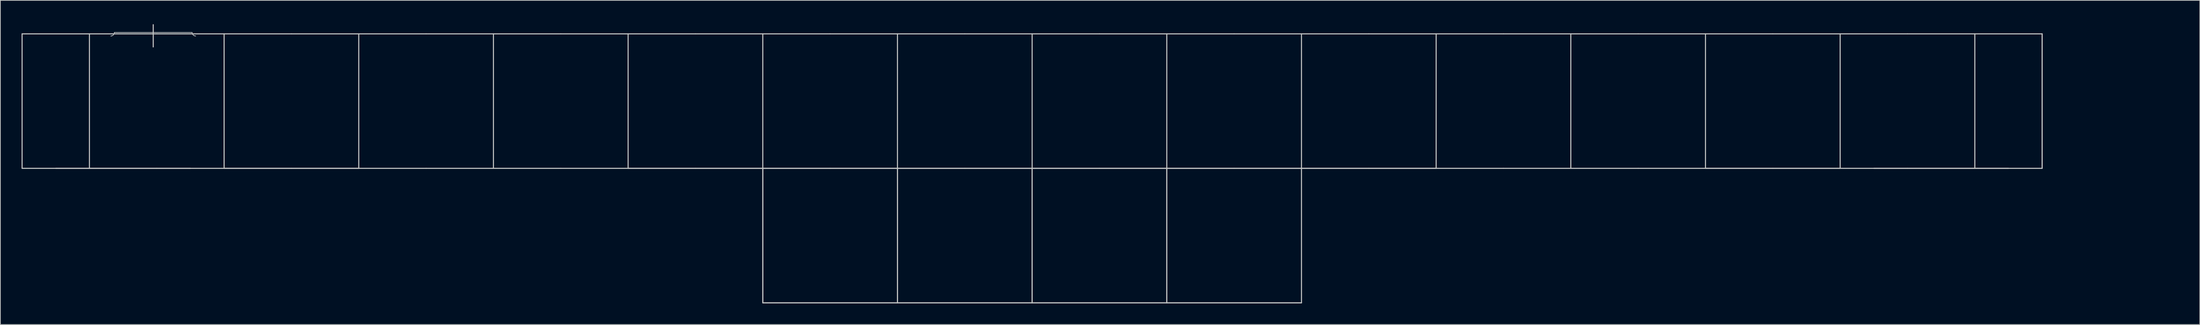
<source format=kicad_pcb>
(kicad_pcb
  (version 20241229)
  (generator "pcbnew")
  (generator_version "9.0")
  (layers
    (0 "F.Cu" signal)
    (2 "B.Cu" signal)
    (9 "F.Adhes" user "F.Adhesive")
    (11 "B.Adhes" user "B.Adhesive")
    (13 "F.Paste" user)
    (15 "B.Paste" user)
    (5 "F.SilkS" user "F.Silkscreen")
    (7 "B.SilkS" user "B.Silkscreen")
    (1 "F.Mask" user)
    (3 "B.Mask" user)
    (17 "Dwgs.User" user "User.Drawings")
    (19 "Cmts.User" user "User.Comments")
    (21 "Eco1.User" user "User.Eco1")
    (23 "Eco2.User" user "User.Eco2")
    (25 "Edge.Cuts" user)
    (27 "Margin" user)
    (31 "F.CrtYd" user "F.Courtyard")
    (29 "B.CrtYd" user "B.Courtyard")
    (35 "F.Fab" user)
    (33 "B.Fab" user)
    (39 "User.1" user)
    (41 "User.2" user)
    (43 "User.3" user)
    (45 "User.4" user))
  (footprint "60_Outline-Sandy-DN0040-Top-NoSwImage-WithHole2-ECO1"
    (layer "F.Cu")
    (at 142.95 20.798)
    (property "Reference" "60_Outline-Sandy-DN0040-Top-NoSwImage-WithHole2-ECO1" (at 138.075 -19.95 0) (layer "Eco1.User") (effects (font (size 1 1) (thickness 0.15))))
    (attr through_hole)
    (fp_line (start -142.875 -19.05) (end -123.825 -19.05) (stroke (width 0.15) (type solid)) (layer "Dwgs.User"))
    (fp_line (start -142.875 0) (end -142.875 -19.05) (stroke (width 0.15) (type solid)) (layer "Dwgs.User"))
    (fp_line (start -138.113 0) (end -119.062 0) (stroke (width 0.15) (type solid)) (layer "Dwgs.User"))
    (fp_line (start -133.35 0) (end -133.35 -19.05) (stroke (width 0.15) (type solid)) (layer "Dwgs.User"))
    (fp_line (start -129.825 -19.25) (end -118.825 -19.25) (stroke (width 0.1) (type solid)) (layer "Dwgs.User"))
    (fp_line (start -124.325 -20.35) (end -124.325 -17.2) (stroke (width 0.15) (type solid)) (layer "Dwgs.User"))
    (fp_line (start -123.825 -19.05) (end -104.775 -19.05) (stroke (width 0.15) (type solid)) (layer "Dwgs.User"))
    (fp_line (start -123.825 0) (end -142.875 0) (stroke (width 0.15) (type solid)) (layer "Dwgs.User"))
    (fp_line (start -114.3 -19.05) (end -114.3 0) (stroke (width 0.15) (type solid)) (layer "Dwgs.User"))
    (fp_line (start -114.3 0) (end -95.25 0) (stroke (width 0.15) (type solid)) (layer "Dwgs.User"))
    (fp_line (start -104.775 -19.05) (end -85.725 -19.05) (stroke (width 0.15) (type solid)) (layer "Dwgs.User"))
    (fp_line (start -104.775 0) (end -123.825 0) (stroke (width 0.15) (type solid)) (layer "Dwgs.User"))
    (fp_line (start -95.25 -19.05) (end -95.25 0) (stroke (width 0.15) (type solid)) (layer "Dwgs.User"))
    (fp_line (start -85.725 -19.05) (end -66.675 -19.05) (stroke (width 0.15) (type solid)) (layer "Dwgs.User"))
    (fp_line (start -85.725 0) (end -104.775 0) (stroke (width 0.15) (type solid)) (layer "Dwgs.User"))
    (fp_line (start -76.2 0) (end -76.2 -19.05) (stroke (width 0.15) (type solid)) (layer "Dwgs.User"))
    (fp_line (start -66.675 -19.05) (end -47.625 -19.05) (stroke (width 0.15) (type solid)) (layer "Dwgs.User"))
    (fp_line (start -66.675 0) (end -85.725 0) (stroke (width 0.15) (type solid)) (layer "Dwgs.User"))
    (fp_line (start -57.15 0) (end -57.15 -19.05) (stroke (width 0.15) (type solid)) (layer "Dwgs.User"))
    (fp_line (start -57.15 0) (end -38.1 0) (stroke (width 0.15) (type solid)) (layer "Dwgs.User"))
    (fp_line (start -47.625 -19.05) (end -28.575 -19.05) (stroke (width 0.15) (type solid)) (layer "Dwgs.User"))
    (fp_line (start -47.625 0) (end -66.675 0) (stroke (width 0.15) (type solid)) (layer "Dwgs.User"))
    (fp_line (start -38.1 0) (end -38.1 -19.05) (stroke (width 0.15) (type solid)) (layer "Dwgs.User"))
    (fp_line (start -38.1 0) (end -38.1 19.05) (stroke (width 0.15) (type solid)) (layer "Dwgs.User"))
    (fp_line (start -38.1 0) (end -19.05 0) (stroke (width 0.15) (type solid)) (layer "Dwgs.User"))
    (fp_line (start -38.1 19.05) (end -38.1 0) (stroke (width 0.15) (type solid)) (layer "Dwgs.User"))
    (fp_line (start -38.1 19.05) (end -19.05 19.05) (stroke (width 0.15) (type solid)) (layer "Dwgs.User"))
    (fp_line (start -28.575 -19.05) (end -9.525 -19.05) (stroke (width 0.15) (type solid)) (layer "Dwgs.User"))
    (fp_line (start -28.575 0) (end -47.625 0) (stroke (width 0.15) (type solid)) (layer "Dwgs.User"))
    (fp_line (start -19.05 0) (end -19.05 -19.05) (stroke (width 0.15) (type solid)) (layer "Dwgs.User"))
    (fp_line (start -19.05 0) (end -19.05 19.05) (stroke (width 0.15) (type solid)) (layer "Dwgs.User"))
    (fp_line (start -19.05 0) (end 0 0) (stroke (width 0.15) (type solid)) (layer "Dwgs.User"))
    (fp_line (start -19.05 19.05) (end -38.1 19.05) (stroke (width 0.15) (type solid)) (layer "Dwgs.User"))
    (fp_line (start -19.05 19.05) (end -19.05 0) (stroke (width 0.15) (type solid)) (layer "Dwgs.User"))
    (fp_line (start -19.05 19.05) (end 0 19.05) (stroke (width 0.15) (type solid)) (layer "Dwgs.User"))
    (fp_line (start -9.525 -19.05) (end 9.525 -19.05) (stroke (width 0.15) (type solid)) (layer "Dwgs.User"))
    (fp_line (start -9.525 0) (end -28.575 0) (stroke (width 0.15) (type solid)) (layer "Dwgs.User"))
    (fp_line (start 0 -19.05) (end 0 0) (stroke (width 0.15) (type solid)) (layer "Dwgs.User"))
    (fp_line (start 0 0) (end 0 19.05) (stroke (width 0.15) (type solid)) (layer "Dwgs.User"))
    (fp_line (start 0 0) (end 19.05 0) (stroke (width 0.15) (type solid)) (layer "Dwgs.User"))
    (fp_line (start 0 19.05) (end -19.05 19.05) (stroke (width 0.15) (type solid)) (layer "Dwgs.User"))
    (fp_line (start 0 19.05) (end 0 0) (stroke (width 0.15) (type solid)) (layer "Dwgs.User"))
    (fp_line (start 0 19.05) (end 19.05 19.05) (stroke (width 0.15) (type solid)) (layer "Dwgs.User"))
    (fp_line (start 9.525 -19.05) (end 28.575 -19.05) (stroke (width 0.15) (type solid)) (layer "Dwgs.User"))
    (fp_line (start 9.525 0) (end -9.525 0) (stroke (width 0.15) (type solid)) (layer "Dwgs.User"))
    (fp_line (start 19.05 0) (end 19.05 -19.05) (stroke (width 0.15) (type solid)) (layer "Dwgs.User"))
    (fp_line (start 19.05 0) (end 19.05 19.05) (stroke (width 0.15) (type solid)) (layer "Dwgs.User"))
    (fp_line (start 19.05 0) (end 38.1 0) (stroke (width 0.15) (type solid)) (layer "Dwgs.User"))
    (fp_line (start 19.05 19.05) (end 0 19.05) (stroke (width 0.15) (type solid)) (layer "Dwgs.User"))
    (fp_line (start 19.05 19.05) (end 19.05 0) (stroke (width 0.15) (type solid)) (layer "Dwgs.User"))
    (fp_line (start 19.05 19.05) (end 38.1 19.05) (stroke (width 0.15) (type solid)) (layer "Dwgs.User"))
    (fp_line (start 28.575 -19.05) (end 47.625 -19.05) (stroke (width 0.15) (type solid)) (layer "Dwgs.User"))
    (fp_line (start 28.575 0) (end 9.525 0) (stroke (width 0.15) (type solid)) (layer "Dwgs.User"))
    (fp_line (start 38.1 0) (end 38.1 -19.05) (stroke (width 0.15) (type solid)) (layer "Dwgs.User"))
    (fp_line (start 38.1 0) (end 38.1 19.05) (stroke (width 0.15) (type solid)) (layer "Dwgs.User"))
    (fp_line (start 38.1 0) (end 57.15 0) (stroke (width 0.15) (type solid)) (layer "Dwgs.User"))
    (fp_line (start 38.1 19.05) (end 19.05 19.05) (stroke (width 0.15) (type solid)) (layer "Dwgs.User"))
    (fp_line (start 47.625 -19.05) (end 66.675 -19.05) (stroke (width 0.15) (type solid)) (layer "Dwgs.User"))
    (fp_line (start 47.625 0) (end 28.575 0) (stroke (width 0.15) (type solid)) (layer "Dwgs.User"))
    (fp_line (start 57.15 0) (end 57.15 -19.05) (stroke (width 0.15) (type solid)) (layer "Dwgs.User"))
    (fp_line (start 66.675 -19.05) (end 85.725 -19.05) (stroke (width 0.15) (type solid)) (layer "Dwgs.User"))
    (fp_line (start 66.675 0) (end 47.625 0) (stroke (width 0.15) (type solid)) (layer "Dwgs.User"))
    (fp_line (start 76.2 -19.05) (end 76.2 0) (stroke (width 0.15) (type solid)) (layer "Dwgs.User"))
    (fp_line (start 85.725 -19.05) (end 104.775 -19.05) (stroke (width 0.15) (type solid)) (layer "Dwgs.User"))
    (fp_line (start 85.725 0) (end 66.675 0) (stroke (width 0.15) (type solid)) (layer "Dwgs.User"))
    (fp_line (start 95.25 0) (end 95.25 -19.05) (stroke (width 0.15) (type solid)) (layer "Dwgs.User"))
    (fp_line (start 95.25 0) (end 114.3 0) (stroke (width 0.15) (type solid)) (layer "Dwgs.User"))
    (fp_line (start 104.775 -19.05) (end 123.825 -19.05) (stroke (width 0.15) (type solid)) (layer "Dwgs.User"))
    (fp_line (start 104.775 0) (end 85.725 0) (stroke (width 0.15) (type solid)) (layer "Dwgs.User"))
    (fp_line (start 114.3 -19.05) (end 114.3 0) (stroke (width 0.15) (type solid)) (layer "Dwgs.User"))
    (fp_line (start 119.062 0) (end 138.113 0) (stroke (width 0.15) (type solid)) (layer "Dwgs.User"))
    (fp_line (start 123.825 -19.05) (end 142.875 -19.05) (stroke (width 0.15) (type solid)) (layer "Dwgs.User"))
    (fp_line (start 123.825 0) (end 104.775 0) (stroke (width 0.15) (type solid)) (layer "Dwgs.User"))
    (fp_line (start 133.35 -19.05) (end 133.35 0) (stroke (width 0.15) (type solid)) (layer "Dwgs.User"))
    (fp_line (start 142.875 -19.05) (end 142.875 0) (stroke (width 0.15) (type solid)) (layer "Dwgs.User"))
    (fp_line (start 142.875 -19.05) (end 142.875 0) (stroke (width 0.15) (type solid)) (layer "Dwgs.User"))
    (fp_line (start 142.875 0) (end 123.825 0) (stroke (width 0.15) (type solid)) (layer "Dwgs.User"))
    (fp_arc (start -129.825 -19.25004) (mid -129.971447 -18.896487) (end -130.325 -18.75004) (stroke (width 0.1) (type solid)) (layer "Dwgs.User"))
    (fp_arc (start -118.325 -18.75004) (mid -118.678553 -18.896487) (end -118.825 -19.25004) (stroke (width 0.1) (type solid)) (layer "Dwgs.User"))
    (fp_line (start -142.511 -2.814) (end -142.525 -16.75) (stroke (width 0.3) (type solid)) (layer "Eco1.User"))
    (fp_line (start -140.511 -0.814) (end -39.475 -0.825) (stroke (width 0.3) (type solid)) (layer "Eco1.User"))
    (fp_line (start -51.925 -18.75) (end -140.525 -18.75) (stroke (width 0.3) (type solid)) (layer "Eco1.User"))
    (fp_line (start -49.925 -14.05) (end -49.925 -16.75) (stroke (width 0.12) (type solid)) (layer "Eco1.User"))
    (fp_line (start -47.925 -12.05) (end -46.925 -12.05) (stroke (width 0.12) (type solid)) (layer "Eco1.User"))
    (fp_line (start -44.925 -16.75) (end -44.925 -14.05) (stroke (width 0.12) (type solid)) (layer "Eco1.User"))
    (fp_line (start -37.471 16.25) (end -37.471 1.175) (stroke (width 0.3) (type solid)) (layer "Eco1.User"))
    (fp_line (start -35.471 18.25) (end 35.375 18.25) (stroke (width 0.3) (type solid)) (layer "Eco1.User"))
    (fp_line (start 37.375 16.25) (end 37.375 1.175) (stroke (width 0.3) (type solid)) (layer "Eco1.User"))
    (fp_line (start 39.375 -0.825) (end 140.475 -0.814) (stroke (width 0.3) (type solid)) (layer "Eco1.User"))
    (fp_line (start 43.375 -18.75) (end -42.925 -18.75) (stroke (width 0.3) (type solid)) (layer "Eco1.User"))
    (fp_line (start 45.375 -14.05) (end 45.375 -16.75) (stroke (width 0.12) (type solid)) (layer "Eco1.User"))
    (fp_line (start 47.375 -12.05) (end 48.375 -12.05) (stroke (width 0.12) (type solid)) (layer "Eco1.User"))
    (fp_line (start 50.375 -16.75) (end 50.375 -14.05) (stroke (width 0.12) (type solid)) (layer "Eco1.User"))
    (fp_line (start 140.475 -18.75) (end 52.375 -18.75) (stroke (width 0.3) (type solid)) (layer "Eco1.User"))
    (fp_line (start 142.475 -2.814) (end 142.475 -16.75) (stroke (width 0.3) (type solid)) (layer "Eco1.User"))
    (fp_arc (start -142.525 -16.75004) (mid -141.939214 -18.164254) (end -140.525 -18.75004) (stroke (width 0.3) (type solid)) (layer "Eco1.User"))
    (fp_arc (start -140.510786 -0.814254) (mid -141.925 -1.40004) (end -142.510786 -2.814254) (stroke (width 0.3) (type solid)) (layer "Eco1.User"))
    (fp_arc (start -51.925001 -18.750041) (mid -50.510787 -18.164255) (end -49.925001 -16.750041) (stroke (width 0.3) (type solid)) (layer "Eco1.User"))
    (fp_arc (start -47.925001 -12.05004) (mid -49.339214 -12.635827) (end -49.925001 -14.05004) (stroke (width 0.3) (type solid)) (layer "Eco1.User"))
    (fp_arc (start -44.925 -16.75004) (mid -44.339214 -18.164254) (end -42.925 -18.75004) (stroke (width 0.3) (type solid)) (layer "Eco1.User"))
    (fp_arc (start -44.925 -14.05004) (mid -45.510786 -12.635826) (end -46.925 -12.05004) (stroke (width 0.3) (type solid)) (layer "Eco1.User"))
    (fp_arc (start -39.470786 -0.82504) (mid -38.056572 -0.239254) (end -37.470786 1.17496) (stroke (width 0.3) (type solid)) (layer "Eco1.User"))
    (fp_arc (start -35.470786 18.24996) (mid -36.885 17.664174) (end -37.470786 16.24996) (stroke (width 0.3) (type solid)) (layer "Eco1.User"))
    (fp_arc (start 37.375 1.17496) (mid 37.960786 -0.239254) (end 39.375 -0.82504) (stroke (width 0.3) (type solid)) (layer "Eco1.User"))
    (fp_arc (start 37.375 16.24996) (mid 36.789214 17.664174) (end 35.375 18.24996) (stroke (width 0.3) (type solid)) (layer "Eco1.User"))
    (fp_arc (start 43.375 -18.75004) (mid 44.789214 -18.164254) (end 45.375 -16.75004) (stroke (width 0.3) (type solid)) (layer "Eco1.User"))
    (fp_arc (start 47.375 -12.05004) (mid 45.960786 -12.635826) (end 45.375 -14.05004) (stroke (width 0.3) (type solid)) (layer "Eco1.User"))
    (fp_arc (start 50.375001 -16.750039) (mid 50.960787 -18.164253) (end 52.375001 -18.750039) (stroke (width 0.3) (type solid)) (layer "Eco1.User"))
    (fp_arc (start 50.375001 -14.05004) (mid 49.789215 -12.635826) (end 48.375001 -12.05004) (stroke (width 0.3) (type solid)) (layer "Eco1.User"))
    (fp_arc (start 140.475 -18.75004) (mid 141.889214 -18.164254) (end 142.475 -16.75004) (stroke (width 0.3) (type solid)) (layer "Eco1.User"))
    (fp_arc (start 142.475 -2.814254) (mid 141.889183 -1.400096) (end 140.475 -0.814254) (stroke (width 0.3) (type solid)) (layer "Eco1.User"))
    (fp_circle (center -47.625 -14.5) (end -45.425 -14.5) (stroke (width 0.15) (type solid)) (fill no) (layer "Eco1.User"))
    (fp_circle (center 47.625 -14.5) (end 49.825 -14.5) (stroke (width 0.15) (type solid)) (fill no) (layer "Eco1.User")))
  (gr_rect
    (start -3 -3)
    (end 308.126 42.923)
    (stroke (width 0.1) (type default))
    (fill no)
    (layer "Edge.Cuts")))
</source>
